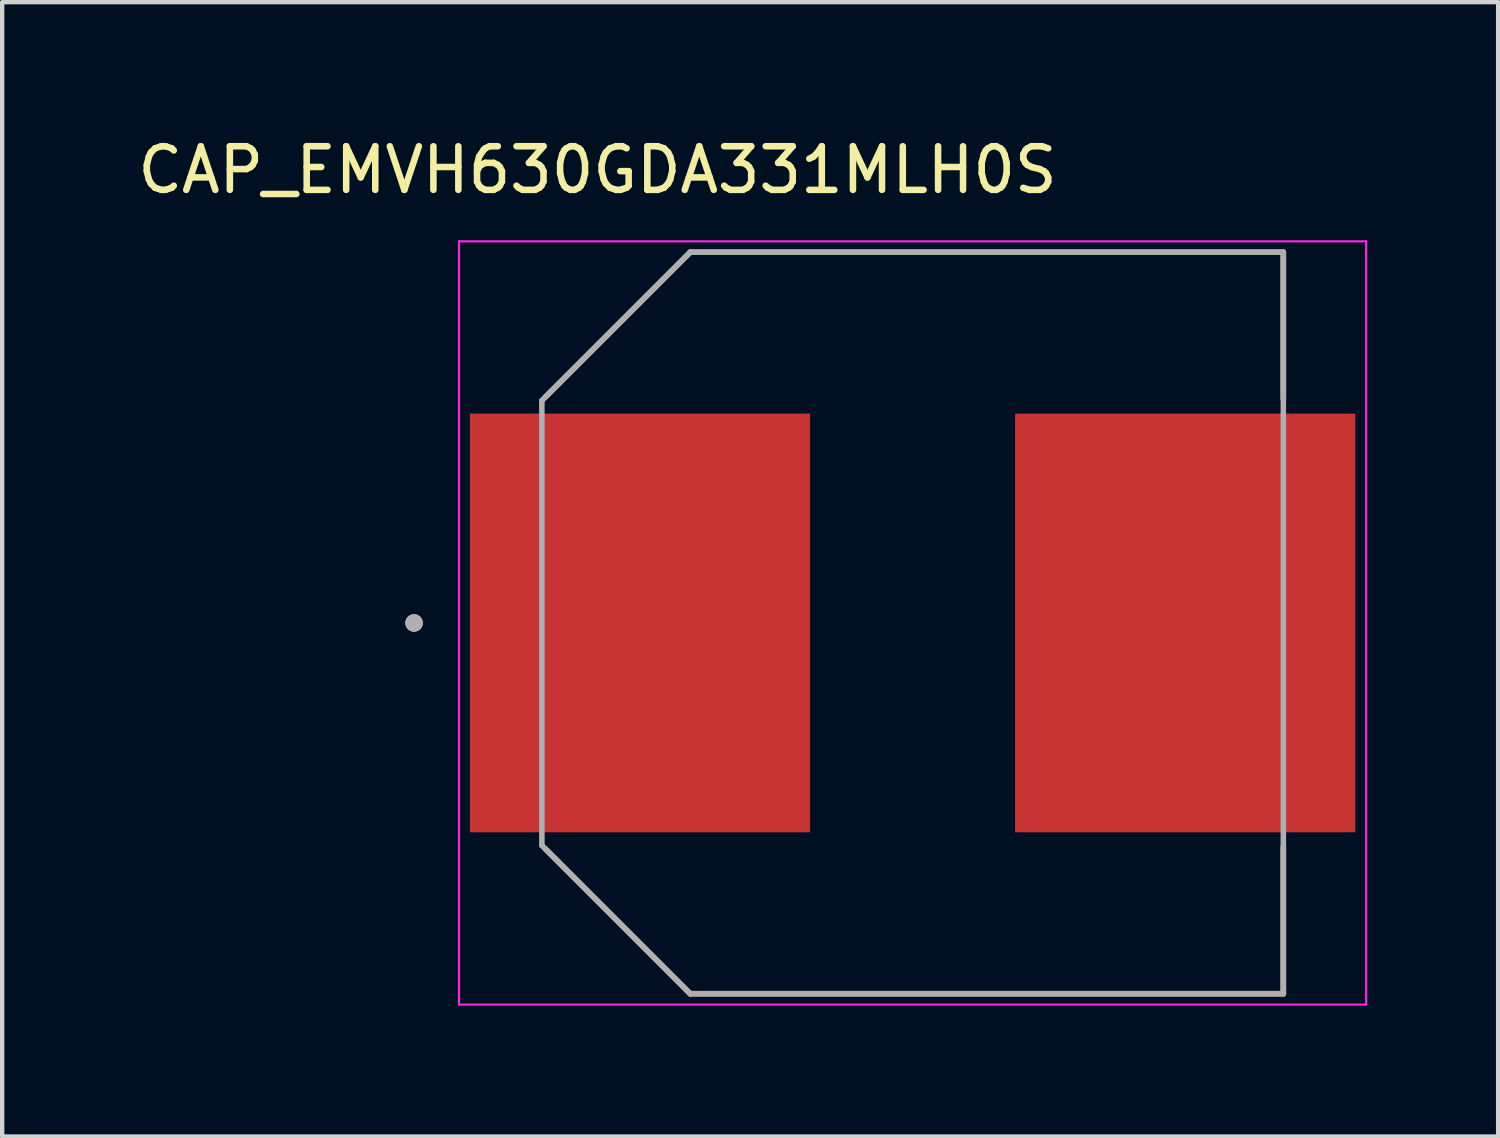
<source format=kicad_pcb>
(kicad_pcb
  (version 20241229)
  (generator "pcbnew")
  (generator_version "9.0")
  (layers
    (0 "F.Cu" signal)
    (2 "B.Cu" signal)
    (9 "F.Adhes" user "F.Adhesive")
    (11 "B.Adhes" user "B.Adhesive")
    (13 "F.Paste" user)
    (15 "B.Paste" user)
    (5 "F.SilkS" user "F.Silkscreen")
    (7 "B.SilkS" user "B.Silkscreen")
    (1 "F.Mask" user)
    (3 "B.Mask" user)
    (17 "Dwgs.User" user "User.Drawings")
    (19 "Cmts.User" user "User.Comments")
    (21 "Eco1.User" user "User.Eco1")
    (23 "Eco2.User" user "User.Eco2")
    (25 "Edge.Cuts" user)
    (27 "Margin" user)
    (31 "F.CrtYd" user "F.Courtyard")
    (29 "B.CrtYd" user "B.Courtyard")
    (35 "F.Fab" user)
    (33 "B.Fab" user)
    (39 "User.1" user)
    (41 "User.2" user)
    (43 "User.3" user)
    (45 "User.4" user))
  (footprint "CAP_EMVH630GDA331MLH0S"
    (layer "F.Cu")
    (at 17.874 11.233)
    (property "Reference" "CAP_EMVH630GDA331MLH0S" (at -7.225 -10.385 0) (layer "F.SilkS") (effects (font (size 1 1) (thickness 0.15))))
    (attr smd)
    (fp_line (start -8.42 -5.18) (end -5.1 -8.5) (stroke (width 0.127) (type solid)) (layer "F.SilkS"))
    (fp_line (start -5.1 -8.5) (end 8.5 -8.5) (stroke (width 0.127) (type solid)) (layer "F.SilkS"))
    (fp_line (start -5.1 8.5) (end -8.42 5.18) (stroke (width 0.127) (type solid)) (layer "F.SilkS"))
    (fp_line (start 8.5 -8.5) (end 8.5 -5.12) (stroke (width 0.127) (type solid)) (layer "F.SilkS"))
    (fp_line (start 8.5 8.5) (end -5.1 8.5) (stroke (width 0.127) (type solid)) (layer "F.SilkS"))
    (fp_line (start 8.5 8.5) (end 8.5 5.12) (stroke (width 0.127) (type solid)) (layer "F.SilkS"))
    (fp_circle (center -11.43 0) (end -11.33 0) (stroke (width 0.2) (type solid)) (fill no) (layer "F.SilkS"))
    (fp_line (start -10.4 -8.75) (end -10.4 8.75) (stroke (width 0.05) (type solid)) (layer "F.CrtYd"))
    (fp_line (start -10.4 8.75) (end 10.4 8.75) (stroke (width 0.05) (type solid)) (layer "F.CrtYd"))
    (fp_line (start 10.4 -8.75) (end -10.4 -8.75) (stroke (width 0.05) (type solid)) (layer "F.CrtYd"))
    (fp_line (start 10.4 8.75) (end 10.4 -8.75) (stroke (width 0.05) (type solid)) (layer "F.CrtYd"))
    (fp_line (start -8.5 -5.1) (end -5.1 -8.5) (stroke (width 0.127) (type solid)) (layer "F.Fab"))
    (fp_line (start -8.5 5.1) (end -8.5 -5.1) (stroke (width 0.127) (type solid)) (layer "F.Fab"))
    (fp_line (start -5.1 -8.5) (end 8.5 -8.5) (stroke (width 0.127) (type solid)) (layer "F.Fab"))
    (fp_line (start -5.1 8.5) (end -8.5 5.1) (stroke (width 0.127) (type solid)) (layer "F.Fab"))
    (fp_line (start 8.5 -8.5) (end 8.5 8.5) (stroke (width 0.127) (type solid)) (layer "F.Fab"))
    (fp_line (start 8.5 8.5) (end -5.1 8.5) (stroke (width 0.127) (type solid)) (layer "F.Fab"))
    (fp_circle (center -11.43 0) (end -11.33 0) (stroke (width 0.2) (type solid)) (fill no) (layer "F.Fab"))
    (pad "N" smd rect (at 6.25 0) (size 7.8 9.6) (layers "F.Cu" "F.Mask" "F.Paste"))
    (pad "P" smd rect (at -6.25 0) (size 7.8 9.6) (layers "F.Cu" "F.Mask" "F.Paste")))
  (gr_rect
    (start -3 -3)
    (end 31.299 23.008)
    (stroke (width 0.1) (type default))
    (fill no)
    (layer "Edge.Cuts")))
</source>
